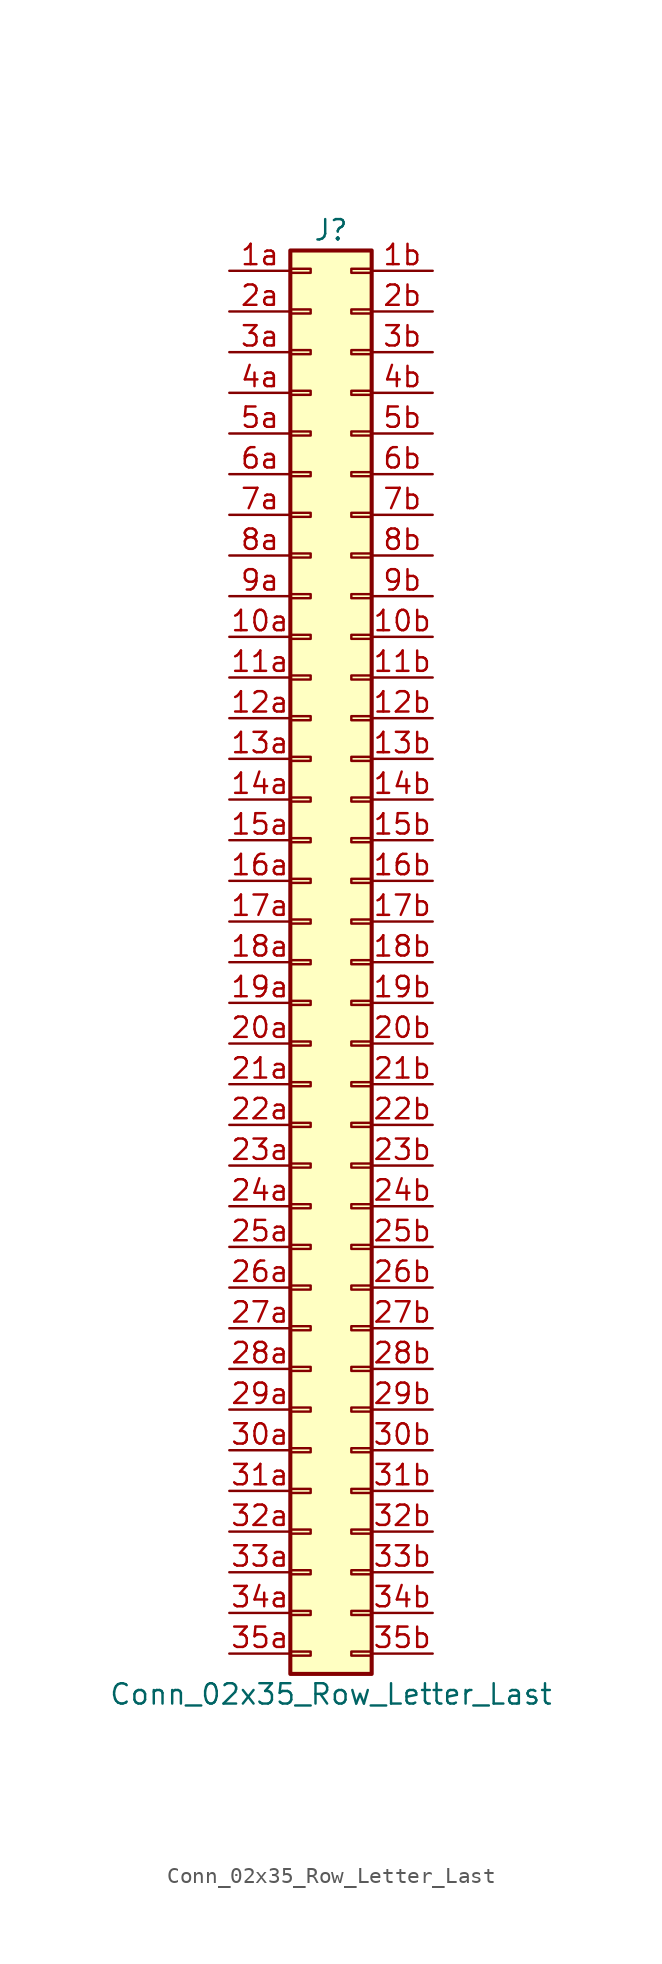
<source format=kicad_sym>
(kicad_symbol_lib
  (version 20201005)
  (generator kicad_symbol_editor)
  (symbol "Conn_02x35_Row_Letter_Last"
    (pin_names
      (offset 1.016) hide)
    (property "Reference" "J"
      (at 1.27 45.72 0)
      (effects (font (size 1.27 1.27))))
    (property "Value" "Conn_02x35_Row_Letter_Last"
      (at 1.27 -45.72 0)
      (effects (font (size 1.27 1.27))))
    (symbol "Conn_02x35_Row_Letter_Last_1_1"
      (rectangle (start -1.27 -43.053) (end 0 -43.307) (stroke (width 0.152)) (fill (type none)))
      (rectangle (start -1.27 -40.513) (end 0 -40.767) (stroke (width 0.152)) (fill (type none)))
      (rectangle (start -1.27 -37.973) (end 0 -38.227) (stroke (width 0.152)) (fill (type none)))
      (rectangle (start -1.27 -35.433) (end 0 -35.687) (stroke (width 0.152)) (fill (type none)))
      (rectangle (start -1.27 -32.893) (end 0 -33.147) (stroke (width 0.152)) (fill (type none)))
      (rectangle (start -1.27 -30.353) (end 0 -30.607) (stroke (width 0.152)) (fill (type none)))
      (rectangle (start -1.27 -27.813) (end 0 -28.067) (stroke (width 0.152)) (fill (type none)))
      (rectangle (start -1.27 -25.273) (end 0 -25.527) (stroke (width 0.152)) (fill (type none)))
      (rectangle (start -1.27 -22.733) (end 0 -22.987) (stroke (width 0.152)) (fill (type none)))
      (rectangle (start -1.27 -20.193) (end 0 -20.447) (stroke (width 0.152)) (fill (type none)))
      (rectangle (start -1.27 -17.653) (end 0 -17.907) (stroke (width 0.152)) (fill (type none)))
      (rectangle (start -1.27 -15.113) (end 0 -15.367) (stroke (width 0.152)) (fill (type none)))
      (rectangle (start -1.27 -12.573) (end 0 -12.827) (stroke (width 0.152)) (fill (type none)))
      (rectangle (start -1.27 -10.033) (end 0 -10.287) (stroke (width 0.152)) (fill (type none)))
      (rectangle (start -1.27 -7.493) (end 0 -7.747) (stroke (width 0.152)) (fill (type none)))
      (rectangle (start -1.27 -4.953) (end 0 -5.207) (stroke (width 0.152)) (fill (type none)))
      (rectangle (start -1.27 -2.413) (end 0 -2.667) (stroke (width 0.152)) (fill (type none)))
      (rectangle (start -1.27 0.127) (end 0 -0.127) (stroke (width 0.152)) (fill (type none)))
      (rectangle (start -1.27 2.667) (end 0 2.413) (stroke (width 0.152)) (fill (type none)))
      (rectangle (start -1.27 5.207) (end 0 4.953) (stroke (width 0.152)) (fill (type none)))
      (rectangle (start -1.27 7.747) (end 0 7.493) (stroke (width 0.152)) (fill (type none)))
      (rectangle (start -1.27 10.287) (end 0 10.033) (stroke (width 0.152)) (fill (type none)))
      (rectangle (start -1.27 12.827) (end 0 12.573) (stroke (width 0.152)) (fill (type none)))
      (rectangle (start -1.27 15.367) (end 0 15.113) (stroke (width 0.152)) (fill (type none)))
      (rectangle (start -1.27 17.907) (end 0 17.653) (stroke (width 0.152)) (fill (type none)))
      (rectangle (start -1.27 20.447) (end 0 20.193) (stroke (width 0.152)) (fill (type none)))
      (rectangle (start -1.27 22.987) (end 0 22.733) (stroke (width 0.152)) (fill (type none)))
      (rectangle (start -1.27 25.527) (end 0 25.273) (stroke (width 0.152)) (fill (type none)))
      (rectangle (start -1.27 28.067) (end 0 27.813) (stroke (width 0.152)) (fill (type none)))
      (rectangle (start -1.27 30.607) (end 0 30.353) (stroke (width 0.152)) (fill (type none)))
      (rectangle (start -1.27 33.147) (end 0 32.893) (stroke (width 0.152)) (fill (type none)))
      (rectangle (start -1.27 35.687) (end 0 35.433) (stroke (width 0.152)) (fill (type none)))
      (rectangle (start -1.27 38.227) (end 0 37.973) (stroke (width 0.152)) (fill (type none)))
      (rectangle (start -1.27 40.767) (end 0 40.513) (stroke (width 0.152)) (fill (type none)))
      (rectangle (start -1.27 43.307) (end 0 43.053) (stroke (width 0.152)) (fill (type none)))
      (rectangle (start 3.81 -43.053) (end 2.54 -43.307) (stroke (width 0.152)) (fill (type none)))
      (rectangle (start 3.81 -40.513) (end 2.54 -40.767) (stroke (width 0.152)) (fill (type none)))
      (rectangle (start 3.81 -37.973) (end 2.54 -38.227) (stroke (width 0.152)) (fill (type none)))
      (rectangle (start 3.81 -35.433) (end 2.54 -35.687) (stroke (width 0.152)) (fill (type none)))
      (rectangle (start 3.81 -32.893) (end 2.54 -33.147) (stroke (width 0.152)) (fill (type none)))
      (rectangle (start 3.81 -30.353) (end 2.54 -30.607) (stroke (width 0.152)) (fill (type none)))
      (rectangle (start 3.81 -27.813) (end 2.54 -28.067) (stroke (width 0.152)) (fill (type none)))
      (rectangle (start 3.81 -25.273) (end 2.54 -25.527) (stroke (width 0.152)) (fill (type none)))
      (rectangle (start 3.81 -22.733) (end 2.54 -22.987) (stroke (width 0.152)) (fill (type none)))
      (rectangle (start 3.81 -20.193) (end 2.54 -20.447) (stroke (width 0.152)) (fill (type none)))
      (rectangle (start 3.81 -17.653) (end 2.54 -17.907) (stroke (width 0.152)) (fill (type none)))
      (rectangle (start 3.81 -15.113) (end 2.54 -15.367) (stroke (width 0.152)) (fill (type none)))
      (rectangle (start 3.81 -12.573) (end 2.54 -12.827) (stroke (width 0.152)) (fill (type none)))
      (rectangle (start 3.81 -10.033) (end 2.54 -10.287) (stroke (width 0.152)) (fill (type none)))
      (rectangle (start 3.81 -7.493) (end 2.54 -7.747) (stroke (width 0.152)) (fill (type none)))
      (rectangle (start 3.81 -4.953) (end 2.54 -5.207) (stroke (width 0.152)) (fill (type none)))
      (rectangle (start 3.81 -2.413) (end 2.54 -2.667) (stroke (width 0.152)) (fill (type none)))
      (rectangle (start 3.81 0.127) (end 2.54 -0.127) (stroke (width 0.152)) (fill (type none)))
      (rectangle (start 3.81 2.667) (end 2.54 2.413) (stroke (width 0.152)) (fill (type none)))
      (rectangle (start 3.81 5.207) (end 2.54 4.953) (stroke (width 0.152)) (fill (type none)))
      (rectangle (start 3.81 7.747) (end 2.54 7.493) (stroke (width 0.152)) (fill (type none)))
      (rectangle (start 3.81 10.287) (end 2.54 10.033) (stroke (width 0.152)) (fill (type none)))
      (rectangle (start 3.81 12.827) (end 2.54 12.573) (stroke (width 0.152)) (fill (type none)))
      (rectangle (start 3.81 15.367) (end 2.54 15.113) (stroke (width 0.152)) (fill (type none)))
      (rectangle (start 3.81 17.907) (end 2.54 17.653) (stroke (width 0.152)) (fill (type none)))
      (rectangle (start 3.81 20.447) (end 2.54 20.193) (stroke (width 0.152)) (fill (type none)))
      (rectangle (start 3.81 22.987) (end 2.54 22.733) (stroke (width 0.152)) (fill (type none)))
      (rectangle (start 3.81 25.527) (end 2.54 25.273) (stroke (width 0.152)) (fill (type none)))
      (rectangle (start 3.81 28.067) (end 2.54 27.813) (stroke (width 0.152)) (fill (type none)))
      (rectangle (start 3.81 30.607) (end 2.54 30.353) (stroke (width 0.152)) (fill (type none)))
      (rectangle (start 3.81 33.147) (end 2.54 32.893) (stroke (width 0.152)) (fill (type none)))
      (rectangle (start 3.81 35.687) (end 2.54 35.433) (stroke (width 0.152)) (fill (type none)))
      (rectangle (start 3.81 38.227) (end 2.54 37.973) (stroke (width 0.152)) (fill (type none)))
      (rectangle (start 3.81 40.767) (end 2.54 40.513) (stroke (width 0.152)) (fill (type none)))
      (rectangle (start 3.81 43.307) (end 2.54 43.053) (stroke (width 0.152)) (fill (type none)))
      (rectangle (start -1.27 44.45) (end 3.81 -44.45) (stroke (width 0.254)) (fill (type background)))
      (pin passive line (at -5.08 20.32 0) (length 3.81) (name "Pin_10a" (effects (font (size 1.27 1.27)))) (number "10a" (effects (font (size 1.27 1.27)))))
      (pin passive line (at 7.62 20.32 180) (length 3.81) (name "Pin_10b" (effects (font (size 1.27 1.27)))) (number "10b" (effects (font (size 1.27 1.27)))))
      (pin passive line (at -5.08 17.78 0) (length 3.81) (name "Pin_11a" (effects (font (size 1.27 1.27)))) (number "11a" (effects (font (size 1.27 1.27)))))
      (pin passive line (at 7.62 17.78 180) (length 3.81) (name "Pin_11b" (effects (font (size 1.27 1.27)))) (number "11b" (effects (font (size 1.27 1.27)))))
      (pin passive line (at -5.08 15.24 0) (length 3.81) (name "Pin_12a" (effects (font (size 1.27 1.27)))) (number "12a" (effects (font (size 1.27 1.27)))))
      (pin passive line (at 7.62 15.24 180) (length 3.81) (name "Pin_12b" (effects (font (size 1.27 1.27)))) (number "12b" (effects (font (size 1.27 1.27)))))
      (pin passive line (at -5.08 12.7 0) (length 3.81) (name "Pin_13a" (effects (font (size 1.27 1.27)))) (number "13a" (effects (font (size 1.27 1.27)))))
      (pin passive line (at 7.62 12.7 180) (length 3.81) (name "Pin_13b" (effects (font (size 1.27 1.27)))) (number "13b" (effects (font (size 1.27 1.27)))))
      (pin passive line (at -5.08 10.16 0) (length 3.81) (name "Pin_14a" (effects (font (size 1.27 1.27)))) (number "14a" (effects (font (size 1.27 1.27)))))
      (pin passive line (at 7.62 10.16 180) (length 3.81) (name "Pin_14b" (effects (font (size 1.27 1.27)))) (number "14b" (effects (font (size 1.27 1.27)))))
      (pin passive line (at -5.08 7.62 0) (length 3.81) (name "Pin_15a" (effects (font (size 1.27 1.27)))) (number "15a" (effects (font (size 1.27 1.27)))))
      (pin passive line (at 7.62 7.62 180) (length 3.81) (name "Pin_15b" (effects (font (size 1.27 1.27)))) (number "15b" (effects (font (size 1.27 1.27)))))
      (pin passive line (at -5.08 5.08 0) (length 3.81) (name "Pin_16a" (effects (font (size 1.27 1.27)))) (number "16a" (effects (font (size 1.27 1.27)))))
      (pin passive line (at 7.62 5.08 180) (length 3.81) (name "Pin_16b" (effects (font (size 1.27 1.27)))) (number "16b" (effects (font (size 1.27 1.27)))))
      (pin passive line (at -5.08 2.54 0) (length 3.81) (name "Pin_17a" (effects (font (size 1.27 1.27)))) (number "17a" (effects (font (size 1.27 1.27)))))
      (pin passive line (at 7.62 2.54 180) (length 3.81) (name "Pin_17b" (effects (font (size 1.27 1.27)))) (number "17b" (effects (font (size 1.27 1.27)))))
      (pin passive line (at -5.08 0 0) (length 3.81) (name "Pin_18a" (effects (font (size 1.27 1.27)))) (number "18a" (effects (font (size 1.27 1.27)))))
      (pin passive line (at 7.62 0 180) (length 3.81) (name "Pin_18b" (effects (font (size 1.27 1.27)))) (number "18b" (effects (font (size 1.27 1.27)))))
      (pin passive line (at -5.08 -2.54 0) (length 3.81) (name "Pin_19a" (effects (font (size 1.27 1.27)))) (number "19a" (effects (font (size 1.27 1.27)))))
      (pin passive line (at 7.62 -2.54 180) (length 3.81) (name "Pin_19b" (effects (font (size 1.27 1.27)))) (number "19b" (effects (font (size 1.27 1.27)))))
      (pin passive line (at -5.08 43.18 0) (length 3.81) (name "Pin_1a" (effects (font (size 1.27 1.27)))) (number "1a" (effects (font (size 1.27 1.27)))))
      (pin passive line (at 7.62 43.18 180) (length 3.81) (name "Pin_1b" (effects (font (size 1.27 1.27)))) (number "1b" (effects (font (size 1.27 1.27)))))
      (pin passive line (at -5.08 -5.08 0) (length 3.81) (name "Pin_20a" (effects (font (size 1.27 1.27)))) (number "20a" (effects (font (size 1.27 1.27)))))
      (pin passive line (at 7.62 -5.08 180) (length 3.81) (name "Pin_20b" (effects (font (size 1.27 1.27)))) (number "20b" (effects (font (size 1.27 1.27)))))
      (pin passive line (at -5.08 -7.62 0) (length 3.81) (name "Pin_21a" (effects (font (size 1.27 1.27)))) (number "21a" (effects (font (size 1.27 1.27)))))
      (pin passive line (at 7.62 -7.62 180) (length 3.81) (name "Pin_21b" (effects (font (size 1.27 1.27)))) (number "21b" (effects (font (size 1.27 1.27)))))
      (pin passive line (at -5.08 -10.16 0) (length 3.81) (name "Pin_22a" (effects (font (size 1.27 1.27)))) (number "22a" (effects (font (size 1.27 1.27)))))
      (pin passive line (at 7.62 -10.16 180) (length 3.81) (name "Pin_22b" (effects (font (size 1.27 1.27)))) (number "22b" (effects (font (size 1.27 1.27)))))
      (pin passive line (at -5.08 -12.7 0) (length 3.81) (name "Pin_23a" (effects (font (size 1.27 1.27)))) (number "23a" (effects (font (size 1.27 1.27)))))
      (pin passive line (at 7.62 -12.7 180) (length 3.81) (name "Pin_23b" (effects (font (size 1.27 1.27)))) (number "23b" (effects (font (size 1.27 1.27)))))
      (pin passive line (at -5.08 -15.24 0) (length 3.81) (name "Pin_24a" (effects (font (size 1.27 1.27)))) (number "24a" (effects (font (size 1.27 1.27)))))
      (pin passive line (at 7.62 -15.24 180) (length 3.81) (name "Pin_24b" (effects (font (size 1.27 1.27)))) (number "24b" (effects (font (size 1.27 1.27)))))
      (pin passive line (at -5.08 -17.78 0) (length 3.81) (name "Pin_25a" (effects (font (size 1.27 1.27)))) (number "25a" (effects (font (size 1.27 1.27)))))
      (pin passive line (at 7.62 -17.78 180) (length 3.81) (name "Pin_25b" (effects (font (size 1.27 1.27)))) (number "25b" (effects (font (size 1.27 1.27)))))
      (pin passive line (at -5.08 -20.32 0) (length 3.81) (name "Pin_26a" (effects (font (size 1.27 1.27)))) (number "26a" (effects (font (size 1.27 1.27)))))
      (pin passive line (at 7.62 -20.32 180) (length 3.81) (name "Pin_26b" (effects (font (size 1.27 1.27)))) (number "26b" (effects (font (size 1.27 1.27)))))
      (pin passive line (at -5.08 -22.86 0) (length 3.81) (name "Pin_27a" (effects (font (size 1.27 1.27)))) (number "27a" (effects (font (size 1.27 1.27)))))
      (pin passive line (at 7.62 -22.86 180) (length 3.81) (name "Pin_27b" (effects (font (size 1.27 1.27)))) (number "27b" (effects (font (size 1.27 1.27)))))
      (pin passive line (at -5.08 -25.4 0) (length 3.81) (name "Pin_28a" (effects (font (size 1.27 1.27)))) (number "28a" (effects (font (size 1.27 1.27)))))
      (pin passive line (at 7.62 -25.4 180) (length 3.81) (name "Pin_28b" (effects (font (size 1.27 1.27)))) (number "28b" (effects (font (size 1.27 1.27)))))
      (pin passive line (at -5.08 -27.94 0) (length 3.81) (name "Pin_29a" (effects (font (size 1.27 1.27)))) (number "29a" (effects (font (size 1.27 1.27)))))
      (pin passive line (at 7.62 -27.94 180) (length 3.81) (name "Pin_29b" (effects (font (size 1.27 1.27)))) (number "29b" (effects (font (size 1.27 1.27)))))
      (pin passive line (at -5.08 40.64 0) (length 3.81) (name "Pin_2a" (effects (font (size 1.27 1.27)))) (number "2a" (effects (font (size 1.27 1.27)))))
      (pin passive line (at 7.62 40.64 180) (length 3.81) (name "Pin_2b" (effects (font (size 1.27 1.27)))) (number "2b" (effects (font (size 1.27 1.27)))))
      (pin passive line (at -5.08 -30.48 0) (length 3.81) (name "Pin_30a" (effects (font (size 1.27 1.27)))) (number "30a" (effects (font (size 1.27 1.27)))))
      (pin passive line (at 7.62 -30.48 180) (length 3.81) (name "Pin_30b" (effects (font (size 1.27 1.27)))) (number "30b" (effects (font (size 1.27 1.27)))))
      (pin passive line (at -5.08 -33.02 0) (length 3.81) (name "Pin_31a" (effects (font (size 1.27 1.27)))) (number "31a" (effects (font (size 1.27 1.27)))))
      (pin passive line (at 7.62 -33.02 180) (length 3.81) (name "Pin_31b" (effects (font (size 1.27 1.27)))) (number "31b" (effects (font (size 1.27 1.27)))))
      (pin passive line (at -5.08 -35.56 0) (length 3.81) (name "Pin_32a" (effects (font (size 1.27 1.27)))) (number "32a" (effects (font (size 1.27 1.27)))))
      (pin passive line (at 7.62 -35.56 180) (length 3.81) (name "Pin_32b" (effects (font (size 1.27 1.27)))) (number "32b" (effects (font (size 1.27 1.27)))))
      (pin passive line (at -5.08 -38.1 0) (length 3.81) (name "Pin_33a" (effects (font (size 1.27 1.27)))) (number "33a" (effects (font (size 1.27 1.27)))))
      (pin passive line (at 7.62 -38.1 180) (length 3.81) (name "Pin_33b" (effects (font (size 1.27 1.27)))) (number "33b" (effects (font (size 1.27 1.27)))))
      (pin passive line (at -5.08 -40.64 0) (length 3.81) (name "Pin_34a" (effects (font (size 1.27 1.27)))) (number "34a" (effects (font (size 1.27 1.27)))))
      (pin passive line (at 7.62 -40.64 180) (length 3.81) (name "Pin_34b" (effects (font (size 1.27 1.27)))) (number "34b" (effects (font (size 1.27 1.27)))))
      (pin passive line (at -5.08 -43.18 0) (length 3.81) (name "Pin_35a" (effects (font (size 1.27 1.27)))) (number "35a" (effects (font (size 1.27 1.27)))))
      (pin passive line (at 7.62 -43.18 180) (length 3.81) (name "Pin_35b" (effects (font (size 1.27 1.27)))) (number "35b" (effects (font (size 1.27 1.27)))))
      (pin passive line (at -5.08 38.1 0) (length 3.81) (name "Pin_3a" (effects (font (size 1.27 1.27)))) (number "3a" (effects (font (size 1.27 1.27)))))
      (pin passive line (at 7.62 38.1 180) (length 3.81) (name "Pin_3b" (effects (font (size 1.27 1.27)))) (number "3b" (effects (font (size 1.27 1.27)))))
      (pin passive line (at -5.08 35.56 0) (length 3.81) (name "Pin_4a" (effects (font (size 1.27 1.27)))) (number "4a" (effects (font (size 1.27 1.27)))))
      (pin passive line (at 7.62 35.56 180) (length 3.81) (name "Pin_4b" (effects (font (size 1.27 1.27)))) (number "4b" (effects (font (size 1.27 1.27)))))
      (pin passive line (at -5.08 33.02 0) (length 3.81) (name "Pin_5a" (effects (font (size 1.27 1.27)))) (number "5a" (effects (font (size 1.27 1.27)))))
      (pin passive line (at 7.62 33.02 180) (length 3.81) (name "Pin_5b" (effects (font (size 1.27 1.27)))) (number "5b" (effects (font (size 1.27 1.27)))))
      (pin passive line (at -5.08 30.48 0) (length 3.81) (name "Pin_6a" (effects (font (size 1.27 1.27)))) (number "6a" (effects (font (size 1.27 1.27)))))
      (pin passive line (at 7.62 30.48 180) (length 3.81) (name "Pin_6b" (effects (font (size 1.27 1.27)))) (number "6b" (effects (font (size 1.27 1.27)))))
      (pin passive line (at -5.08 27.94 0) (length 3.81) (name "Pin_7a" (effects (font (size 1.27 1.27)))) (number "7a" (effects (font (size 1.27 1.27)))))
      (pin passive line (at 7.62 27.94 180) (length 3.81) (name "Pin_7b" (effects (font (size 1.27 1.27)))) (number "7b" (effects (font (size 1.27 1.27)))))
      (pin passive line (at -5.08 25.4 0) (length 3.81) (name "Pin_8a" (effects (font (size 1.27 1.27)))) (number "8a" (effects (font (size 1.27 1.27)))))
      (pin passive line (at 7.62 25.4 180) (length 3.81) (name "Pin_8b" (effects (font (size 1.27 1.27)))) (number "8b" (effects (font (size 1.27 1.27)))))
      (pin passive line (at -5.08 22.86 0) (length 3.81) (name "Pin_9a" (effects (font (size 1.27 1.27)))) (number "9a" (effects (font (size 1.27 1.27)))))
      (pin passive line (at 7.62 22.86 180) (length 3.81) (name "Pin_9b" (effects (font (size 1.27 1.27)))) (number "9b" (effects (font (size 1.27 1.27))))))))
</source>
